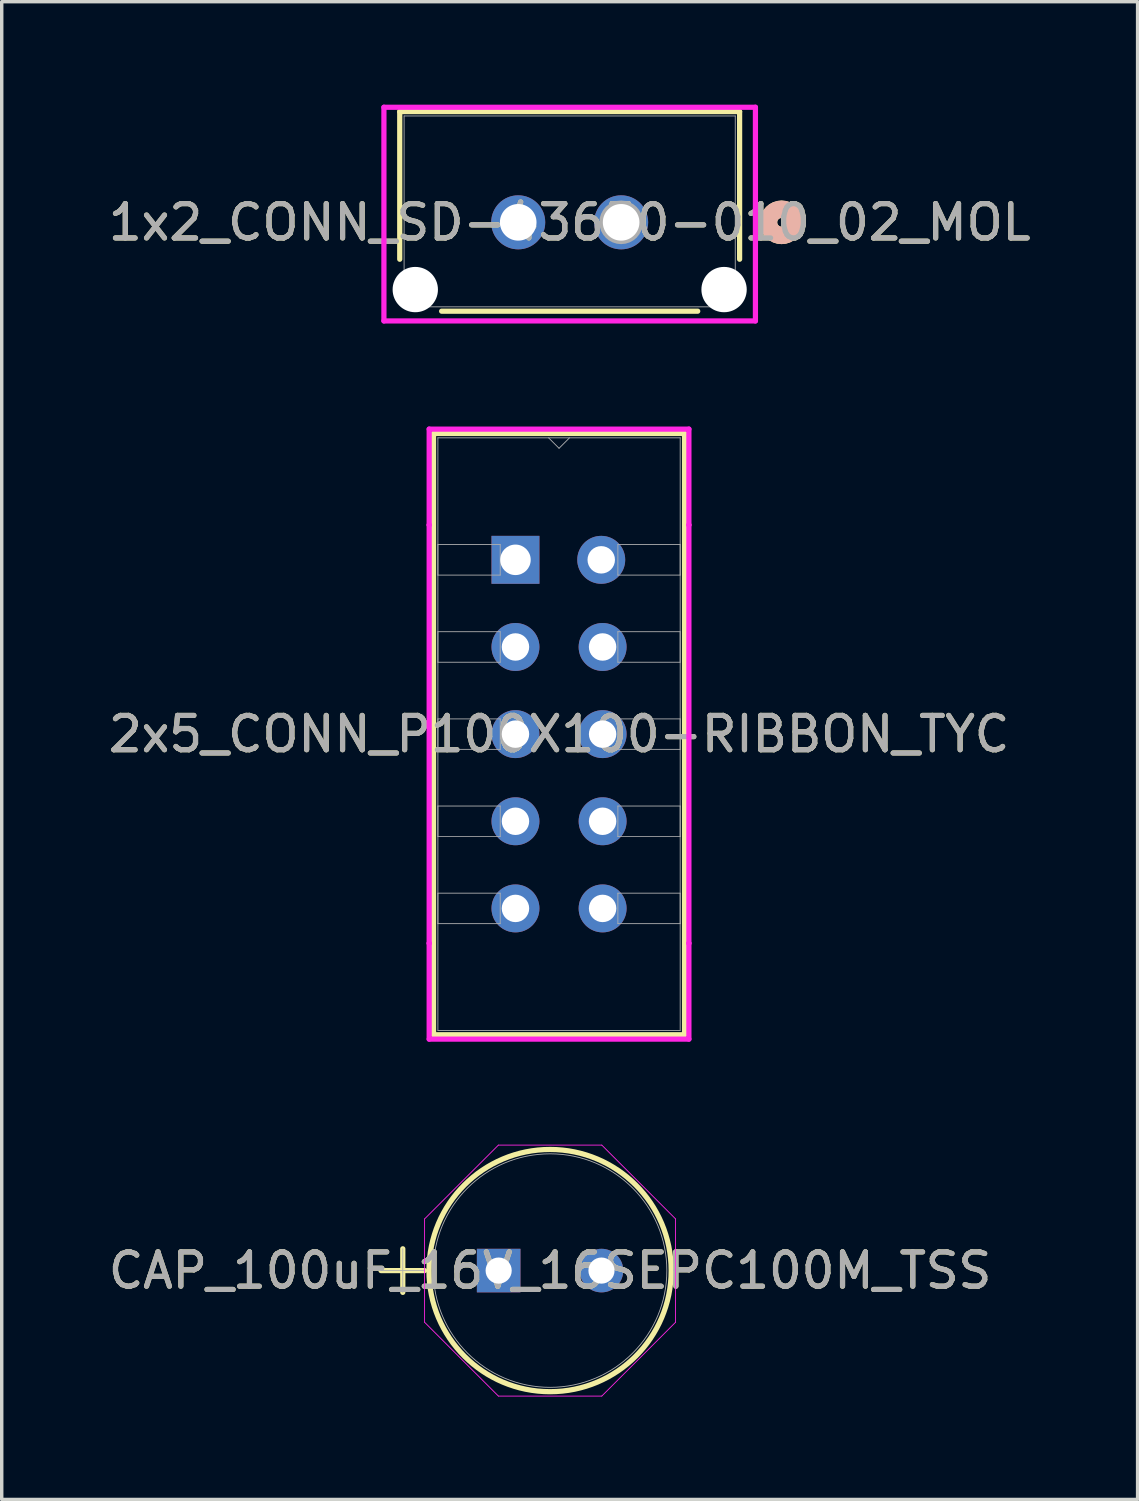
<source format=kicad_pcb>
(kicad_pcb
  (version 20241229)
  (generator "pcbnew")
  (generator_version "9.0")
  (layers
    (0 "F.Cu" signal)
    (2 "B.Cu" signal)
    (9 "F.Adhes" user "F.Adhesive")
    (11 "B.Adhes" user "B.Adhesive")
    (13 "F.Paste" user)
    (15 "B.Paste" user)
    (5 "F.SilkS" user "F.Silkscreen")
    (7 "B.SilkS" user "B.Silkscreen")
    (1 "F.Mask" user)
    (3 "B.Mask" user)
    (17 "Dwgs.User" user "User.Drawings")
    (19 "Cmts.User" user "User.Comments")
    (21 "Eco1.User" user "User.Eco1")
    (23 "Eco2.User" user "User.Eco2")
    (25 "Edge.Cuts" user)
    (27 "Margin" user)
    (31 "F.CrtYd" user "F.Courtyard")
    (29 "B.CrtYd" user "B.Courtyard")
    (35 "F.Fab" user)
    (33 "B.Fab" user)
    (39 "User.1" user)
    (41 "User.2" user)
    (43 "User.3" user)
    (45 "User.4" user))
  (footprint "2x5_CONN_P100X100-RIBBON_TYC"
    (layer "F.Cu")
    (at 11.974 13.267)
    (property "Reference" "2x5_CONN_P100X100-RIBBON_TYC" (at 1.27 5.08 0) (unlocked yes) (layer "F.SilkS") (effects (font (size 1 1) (thickness 0.15))))
    (attr through_hole)
    (fp_line (start -2.388 -3.683) (end -2.388 13.843) (stroke (width 0.152) (type solid)) (layer "F.SilkS"))
    (fp_line (start -2.388 13.843) (end 4.928 13.843) (stroke (width 0.152) (type solid)) (layer "F.SilkS"))
    (fp_line (start 4.928 -3.683) (end -2.388 -3.683) (stroke (width 0.152) (type solid)) (layer "F.SilkS"))
    (fp_line (start 4.928 13.843) (end 4.928 -3.683) (stroke (width 0.152) (type solid)) (layer "F.SilkS"))
    (fp_line (start -2.515 -3.81) (end 5.055 -3.81) (stroke (width 0.152) (type solid)) (layer "F.CrtYd"))
    (fp_line (start -2.515 -1.016) (end -2.515 -3.81) (stroke (width 0.152) (type solid)) (layer "F.CrtYd"))
    (fp_line (start -2.515 -1.016) (end -2.515 -1.016) (stroke (width 0.152) (type solid)) (layer "F.CrtYd"))
    (fp_line (start -2.515 11.176) (end -2.515 -1.016) (stroke (width 0.152) (type solid)) (layer "F.CrtYd"))
    (fp_line (start -2.515 11.176) (end -2.515 11.176) (stroke (width 0.152) (type solid)) (layer "F.CrtYd"))
    (fp_line (start -2.515 13.97) (end -2.515 11.176) (stroke (width 0.152) (type solid)) (layer "F.CrtYd"))
    (fp_line (start 5.055 -3.81) (end 5.055 -1.016) (stroke (width 0.152) (type solid)) (layer "F.CrtYd"))
    (fp_line (start 5.055 -1.016) (end 5.055 -1.016) (stroke (width 0.152) (type solid)) (layer "F.CrtYd"))
    (fp_line (start 5.055 -1.016) (end 5.055 11.176) (stroke (width 0.152) (type solid)) (layer "F.CrtYd"))
    (fp_line (start 5.055 11.176) (end 5.055 11.176) (stroke (width 0.152) (type solid)) (layer "F.CrtYd"))
    (fp_line (start 5.055 11.176) (end 5.055 13.97) (stroke (width 0.152) (type solid)) (layer "F.CrtYd"))
    (fp_line (start 5.055 13.97) (end -2.515 13.97) (stroke (width 0.152) (type solid)) (layer "F.CrtYd"))
    (fp_line (start -2.261 -3.556) (end -2.261 13.716) (stroke (width 0.025) (type solid)) (layer "F.Fab"))
    (fp_line (start -2.261 -0.445) (end -0.445 -0.445) (stroke (width 0.025) (type solid)) (layer "F.Fab"))
    (fp_line (start -2.261 0.445) (end -2.261 -0.445) (stroke (width 0.025) (type solid)) (layer "F.Fab"))
    (fp_line (start -2.261 2.095) (end -0.445 2.095) (stroke (width 0.025) (type solid)) (layer "F.Fab"))
    (fp_line (start -2.261 2.985) (end -2.261 2.095) (stroke (width 0.025) (type solid)) (layer "F.Fab"))
    (fp_line (start -2.261 4.636) (end -0.445 4.636) (stroke (width 0.025) (type solid)) (layer "F.Fab"))
    (fp_line (start -2.261 5.524) (end -2.261 4.636) (stroke (width 0.025) (type solid)) (layer "F.Fab"))
    (fp_line (start -2.261 7.176) (end -0.445 7.176) (stroke (width 0.025) (type solid)) (layer "F.Fab"))
    (fp_line (start -2.261 8.065) (end -2.261 7.176) (stroke (width 0.025) (type solid)) (layer "F.Fab"))
    (fp_line (start -2.261 9.716) (end -0.445 9.716) (stroke (width 0.025) (type solid)) (layer "F.Fab"))
    (fp_line (start -2.261 10.604) (end -2.261 9.716) (stroke (width 0.025) (type solid)) (layer "F.Fab"))
    (fp_line (start -2.261 13.716) (end 4.801 13.716) (stroke (width 0.025) (type solid)) (layer "F.Fab"))
    (fp_line (start -0.445 -0.445) (end -0.445 0.445) (stroke (width 0.025) (type solid)) (layer "F.Fab"))
    (fp_line (start -0.445 0.445) (end -2.261 0.445) (stroke (width 0.025) (type solid)) (layer "F.Fab"))
    (fp_line (start -0.445 2.095) (end -0.445 2.985) (stroke (width 0.025) (type solid)) (layer "F.Fab"))
    (fp_line (start -0.445 2.985) (end -2.261 2.985) (stroke (width 0.025) (type solid)) (layer "F.Fab"))
    (fp_line (start -0.445 4.636) (end -0.445 5.524) (stroke (width 0.025) (type solid)) (layer "F.Fab"))
    (fp_line (start -0.445 5.524) (end -2.261 5.524) (stroke (width 0.025) (type solid)) (layer "F.Fab"))
    (fp_line (start -0.445 7.176) (end -0.445 8.065) (stroke (width 0.025) (type solid)) (layer "F.Fab"))
    (fp_line (start -0.445 8.065) (end -2.261 8.065) (stroke (width 0.025) (type solid)) (layer "F.Fab"))
    (fp_line (start -0.445 9.716) (end -0.445 10.604) (stroke (width 0.025) (type solid)) (layer "F.Fab"))
    (fp_line (start -0.445 10.604) (end -2.261 10.604) (stroke (width 0.025) (type solid)) (layer "F.Fab"))
    (fp_line (start 0.965 -3.556) (end 1.27 -3.251) (stroke (width 0.025) (type solid)) (layer "F.Fab"))
    (fp_line (start 1.27 -3.251) (end 1.575 -3.556) (stroke (width 0.025) (type solid)) (layer "F.Fab"))
    (fp_line (start 2.985 -0.445) (end 4.801 -0.445) (stroke (width 0.025) (type solid)) (layer "F.Fab"))
    (fp_line (start 2.985 0.445) (end 2.985 -0.445) (stroke (width 0.025) (type solid)) (layer "F.Fab"))
    (fp_line (start 2.985 2.095) (end 4.801 2.095) (stroke (width 0.025) (type solid)) (layer "F.Fab"))
    (fp_line (start 2.985 2.985) (end 2.985 2.095) (stroke (width 0.025) (type solid)) (layer "F.Fab"))
    (fp_line (start 2.985 4.636) (end 4.801 4.636) (stroke (width 0.025) (type solid)) (layer "F.Fab"))
    (fp_line (start 2.985 5.524) (end 2.985 4.636) (stroke (width 0.025) (type solid)) (layer "F.Fab"))
    (fp_line (start 2.985 7.176) (end 4.801 7.176) (stroke (width 0.025) (type solid)) (layer "F.Fab"))
    (fp_line (start 2.985 8.065) (end 2.985 7.176) (stroke (width 0.025) (type solid)) (layer "F.Fab"))
    (fp_line (start 2.985 9.716) (end 4.801 9.716) (stroke (width 0.025) (type solid)) (layer "F.Fab"))
    (fp_line (start 2.985 10.604) (end 2.985 9.716) (stroke (width 0.025) (type solid)) (layer "F.Fab"))
    (fp_line (start 4.801 -3.556) (end -2.261 -3.556) (stroke (width 0.025) (type solid)) (layer "F.Fab"))
    (fp_line (start 4.801 -0.445) (end 4.801 0.445) (stroke (width 0.025) (type solid)) (layer "F.Fab"))
    (fp_line (start 4.801 0.445) (end 2.985 0.445) (stroke (width 0.025) (type solid)) (layer "F.Fab"))
    (fp_line (start 4.801 2.095) (end 4.801 2.985) (stroke (width 0.025) (type solid)) (layer "F.Fab"))
    (fp_line (start 4.801 2.985) (end 2.985 2.985) (stroke (width 0.025) (type solid)) (layer "F.Fab"))
    (fp_line (start 4.801 4.636) (end 4.801 5.524) (stroke (width 0.025) (type solid)) (layer "F.Fab"))
    (fp_line (start 4.801 5.524) (end 2.985 5.524) (stroke (width 0.025) (type solid)) (layer "F.Fab"))
    (fp_line (start 4.801 7.176) (end 4.801 8.065) (stroke (width 0.025) (type solid)) (layer "F.Fab"))
    (fp_line (start 4.801 8.065) (end 2.985 8.065) (stroke (width 0.025) (type solid)) (layer "F.Fab"))
    (fp_line (start 4.801 9.716) (end 4.801 10.604) (stroke (width 0.025) (type solid)) (layer "F.Fab"))
    (fp_line (start 4.801 10.604) (end 2.985 10.604) (stroke (width 0.025) (type solid)) (layer "F.Fab"))
    (fp_line (start 4.801 13.716) (end 4.801 -3.556) (stroke (width 0.025) (type solid)) (layer "F.Fab"))
    (fp_text user "${REFERENCE}" (at 1.27 5.08 0) (unlocked yes) (layer "F.Fab") (effects (font (size 1 1) (thickness 0.15))))
    (pad "1" thru_hole rect (at 0 0) (size 1.397 1.397) (drill 0.889) (layers "*.Cu" "*.Mask"))
    (pad "2" thru_hole circle (at 2.5 0) (size 1.397 1.397) (drill 0.8) (layers "*.Cu" "*.Mask"))
    (pad "3" thru_hole circle (at 0 2.54) (size 1.397 1.397) (drill 0.8) (layers "*.Cu" "*.Mask"))
    (pad "4" thru_hole circle (at 2.54 2.54) (size 1.397 1.397) (drill 0.8) (layers "*.Cu" "*.Mask"))
    (pad "5" thru_hole circle (at 0 5.08) (size 1.397 1.397) (drill 0.8) (layers "*.Cu" "*.Mask"))
    (pad "6" thru_hole circle (at 2.54 5.08) (size 1.397 1.397) (drill 0.8) (layers "*.Cu" "*.Mask"))
    (pad "7" thru_hole circle (at 0 7.62) (size 1.397 1.397) (drill 0.8) (layers "*.Cu" "*.Mask"))
    (pad "8" thru_hole circle (at 2.54 7.62) (size 1.397 1.397) (drill 0.8) (layers "*.Cu" "*.Mask"))
    (pad "9" thru_hole circle (at 0 10.16) (size 1.397 1.397) (drill 0.8) (layers "*.Cu" "*.Mask"))
    (pad "10" thru_hole circle (at 2.54 10.16) (size 1.397 1.397) (drill 0.8) (layers "*.Cu" "*.Mask")))
  (footprint "CAP_100uF_16V_16SEPC100M_TSS"
    (layer "F.Cu")
    (at 11.484 33.983)
    (property "Reference" "CAP_100uF_16V_16SEPC100M_TSS" (at 1.499 0 0) (unlocked yes) (layer "F.SilkS") (effects (font (size 1 1) (thickness 0.15))))
    (attr through_hole)
    (fp_line (start -3.429 0) (end -2.159 0) (stroke (width 0.152) (type solid)) (layer "F.SilkS"))
    (fp_line (start -2.794 -0.635) (end -2.794 0.635) (stroke (width 0.152) (type solid)) (layer "F.SilkS"))
    (fp_circle (center 1.499 0) (end 5.029 0) (stroke (width 0.152) (type solid)) (fill no) (layer "F.SilkS"))
    (fp_line (start -2.159 -1.506) (end -0.007 -3.658) (stroke (width 0.025) (type solid)) (layer "F.CrtYd"))
    (fp_line (start -2.159 1.506) (end -2.159 -1.506) (stroke (width 0.025) (type solid)) (layer "F.CrtYd"))
    (fp_line (start -0.007 -3.658) (end 3.005 -3.658) (stroke (width 0.025) (type solid)) (layer "F.CrtYd"))
    (fp_line (start -0.007 3.658) (end -2.159 1.506) (stroke (width 0.025) (type solid)) (layer "F.CrtYd"))
    (fp_line (start 3.005 -3.658) (end 5.156 -1.506) (stroke (width 0.025) (type solid)) (layer "F.CrtYd"))
    (fp_line (start 3.005 3.658) (end -0.007 3.658) (stroke (width 0.025) (type solid)) (layer "F.CrtYd"))
    (fp_line (start 5.156 -1.506) (end 5.156 1.506) (stroke (width 0.025) (type solid)) (layer "F.CrtYd"))
    (fp_line (start 5.156 1.506) (end 3.005 3.658) (stroke (width 0.025) (type solid)) (layer "F.CrtYd"))
    (fp_line (start -3.429 0) (end -2.159 0) (stroke (width 0.025) (type solid)) (layer "F.Fab"))
    (fp_line (start -2.794 -0.635) (end -2.794 0.635) (stroke (width 0.025) (type solid)) (layer "F.Fab"))
    (fp_circle (center 1.499 0) (end 4.902 0) (stroke (width 0.025) (type solid)) (fill no) (layer "F.Fab"))
    (fp_text user "${REFERENCE}" (at 1.499 0 0) (unlocked yes) (layer "F.Fab") (effects (font (size 1 1) (thickness 0.15))))
    (pad "1" thru_hole rect (at 0 0) (size 1.27 1.27) (drill 0.762) (layers "*.Cu" "*.Mask"))
    (pad "2" thru_hole circle (at 2.997 0) (size 1.27 1.27) (drill 0.762) (layers "*.Cu" "*.Mask")))
  (footprint "1x2_CONN_SD-43650-010_02_MOL"
    (layer "F.Cu")
    (at 15.054 3.43)
    (property "Reference" "1x2_CONN_SD-43650-010_02_MOL" (at -1.5 0 0) (unlocked yes) (layer "F.SilkS") (effects (font (size 1 1) (thickness 0.15))))
    (attr through_hole)
    (fp_line (start -6.453 -3.227) (end -6.453 1.076) (stroke (width 0.152) (type solid)) (layer "F.SilkS"))
    (fp_line (start -5.232 2.59) (end 2.232 2.59) (stroke (width 0.152) (type solid)) (layer "F.SilkS"))
    (fp_line (start 3.453 -3.227) (end -6.453 -3.227) (stroke (width 0.152) (type solid)) (layer "F.SilkS"))
    (fp_line (start 3.453 1.076) (end 3.453 -3.227) (stroke (width 0.152) (type solid)) (layer "F.SilkS"))
    (fp_circle (center 4.676 0) (end 5.057 0) (stroke (width 0.508) (type solid)) (fill no) (layer "F.SilkS"))
    (fp_circle (center 4.676 0) (end 5.057 0) (stroke (width 0.508) (type solid)) (fill no) (layer "B.SilkS"))
    (fp_line (start -6.914 -3.354) (end -6.914 2.874) (stroke (width 0.152) (type solid)) (layer "F.CrtYd"))
    (fp_line (start -6.914 2.874) (end 3.914 2.874) (stroke (width 0.152) (type solid)) (layer "F.CrtYd"))
    (fp_line (start 3.914 -3.354) (end -6.914 -3.354) (stroke (width 0.152) (type solid)) (layer "F.CrtYd"))
    (fp_line (start 3.914 2.874) (end 3.914 -3.354) (stroke (width 0.152) (type solid)) (layer "F.CrtYd"))
    (fp_line (start -6.326 -3.1) (end -6.326 2.463) (stroke (width 0.025) (type solid)) (layer "F.Fab"))
    (fp_line (start -6.326 2.463) (end 3.326 2.463) (stroke (width 0.025) (type solid)) (layer "F.Fab"))
    (fp_line (start 3.326 -3.1) (end -6.326 -3.1) (stroke (width 0.025) (type solid)) (layer "F.Fab"))
    (fp_line (start 3.326 2.463) (end 3.326 -3.1) (stroke (width 0.025) (type solid)) (layer "F.Fab"))
    (fp_circle (center 0 0) (end 0.381 0) (stroke (width 0.508) (type solid)) (fill no) (layer "F.Fab"))
    (fp_text user "${REFERENCE}" (at -1.5 0 0) (unlocked yes) (layer "F.Fab") (effects (font (size 1 1) (thickness 0.15))))
    (pad "" np_thru_hole circle (at -6 1.96) (size 1.321 1.321) (drill 1.321) (layers "*.Cu" "*.Mask"))
    (pad "" np_thru_hole circle (at 3 1.96) (size 1.321 1.321) (drill 1.321) (layers "*.Cu" "*.Mask"))
    (pad "1" thru_hole circle (at 0 0) (size 1.575 1.575) (drill 1.067) (layers "*.Cu" "*.Mask"))
    (pad "2" thru_hole circle (at -3 0) (size 1.575 1.575) (drill 1.067) (layers "*.Cu" "*.Mask")))
  (gr_rect
    (start -3 -3)
    (end 30.107 40.654)
    (stroke (width 0.1) (type default))
    (fill no)
    (layer "Edge.Cuts")))
</source>
